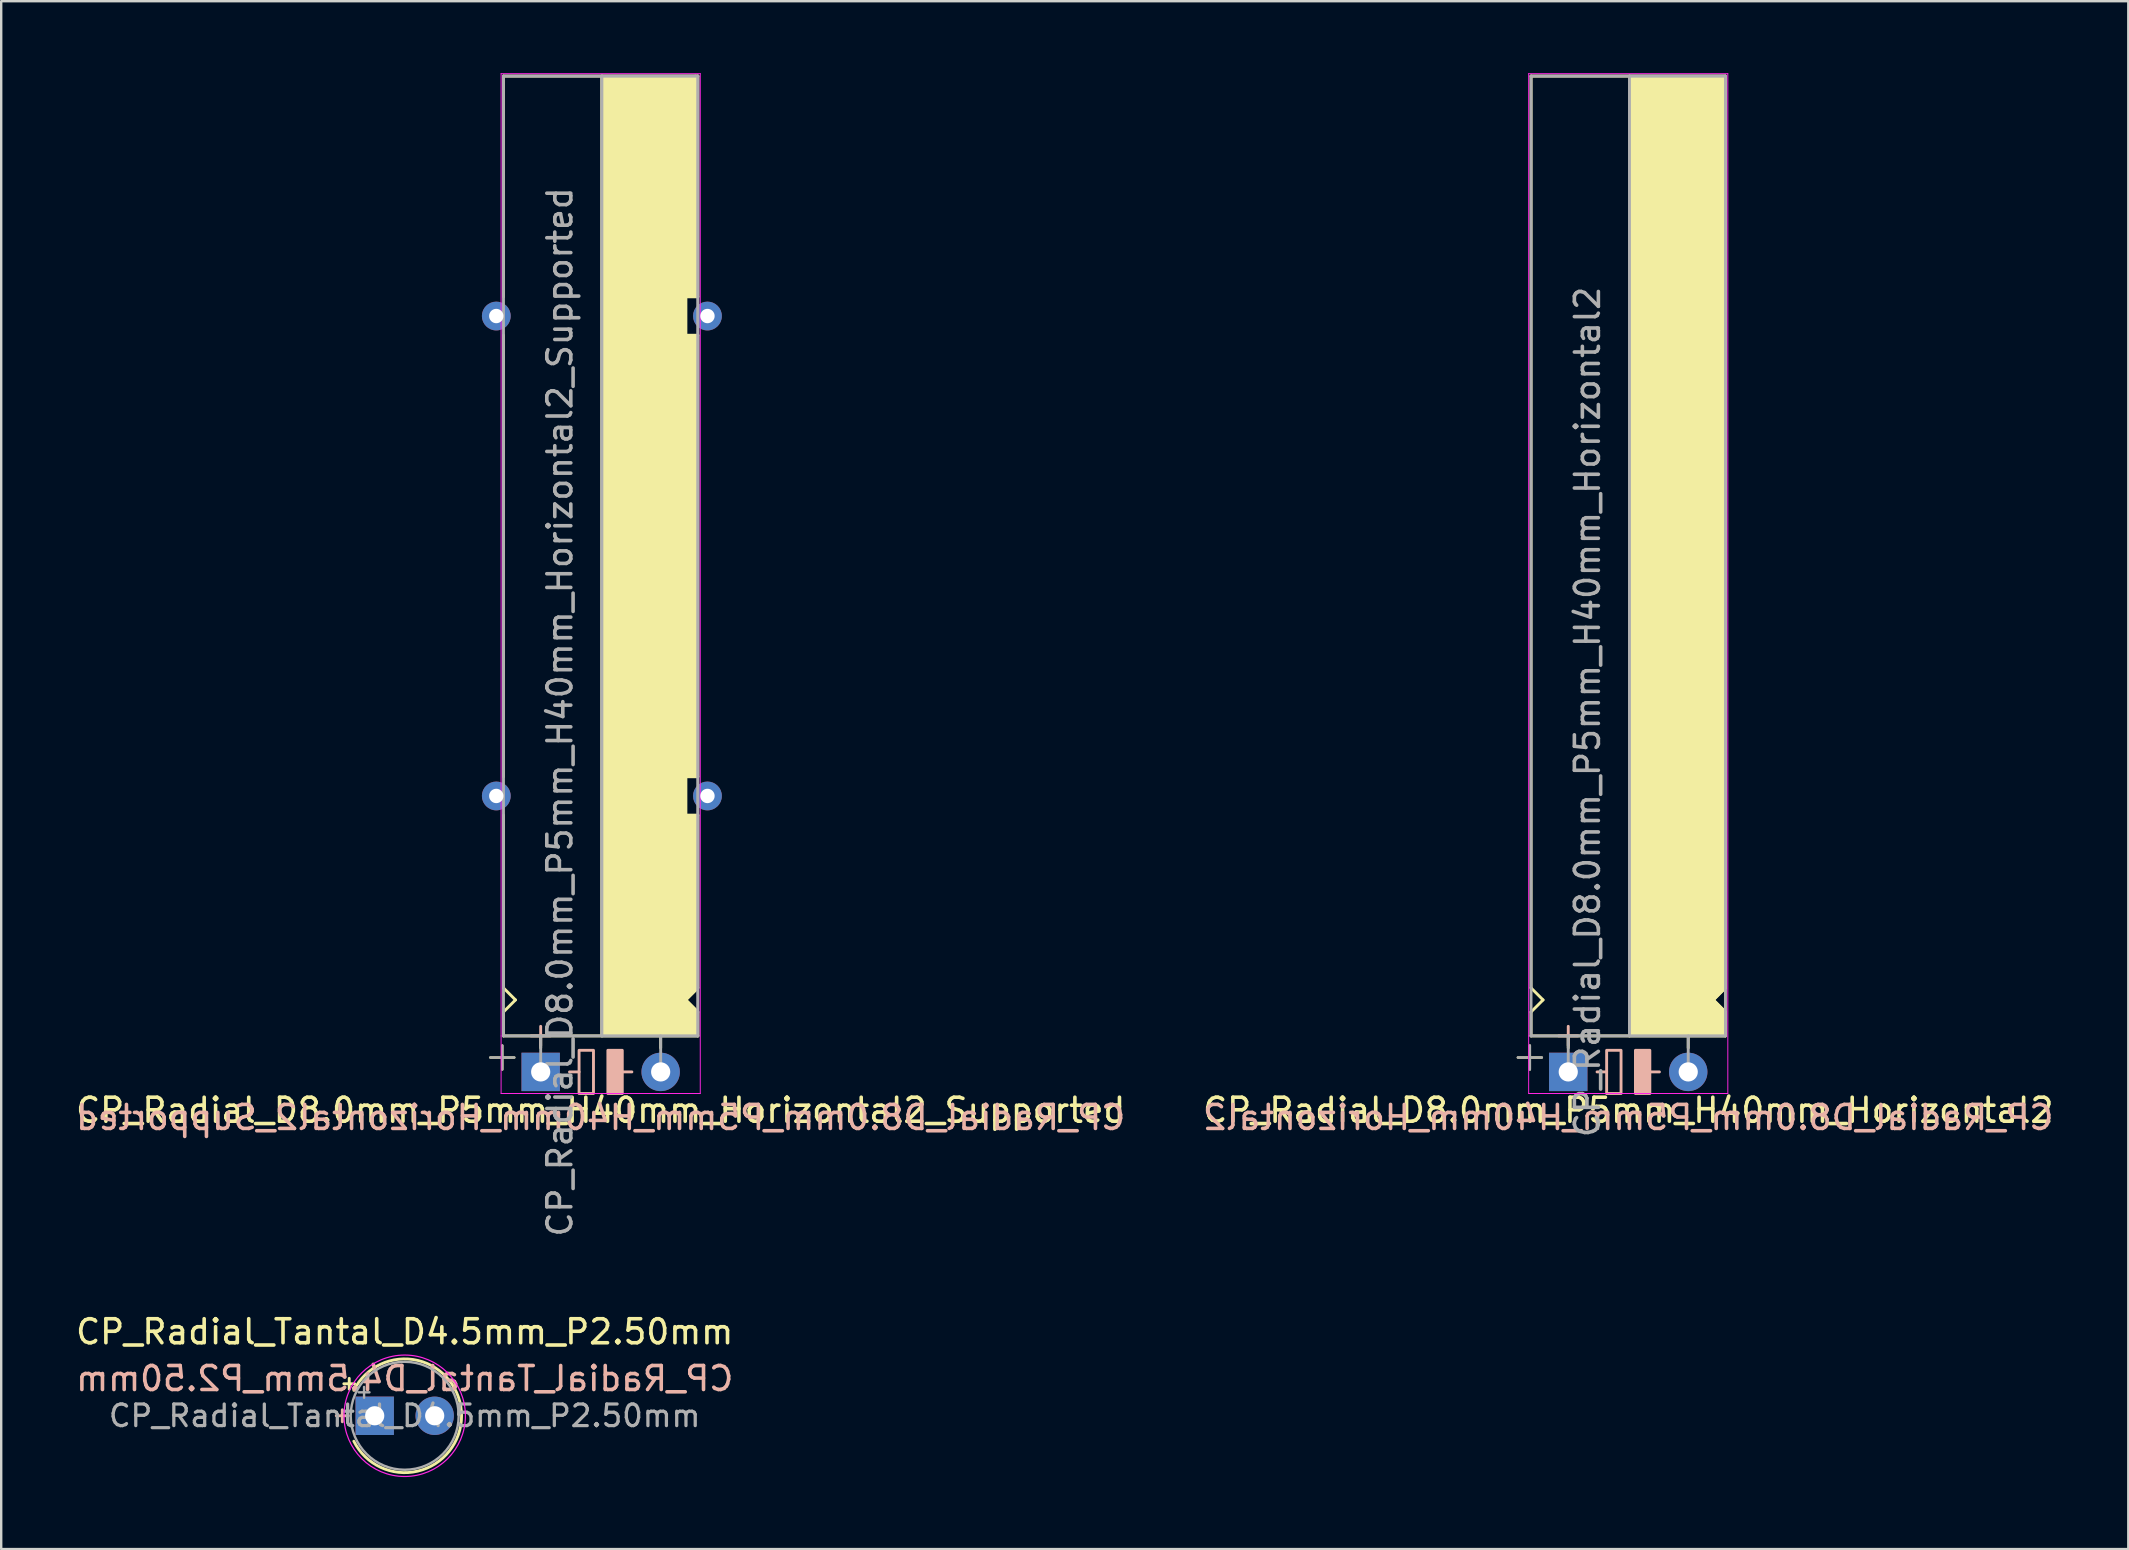
<source format=kicad_pcb>
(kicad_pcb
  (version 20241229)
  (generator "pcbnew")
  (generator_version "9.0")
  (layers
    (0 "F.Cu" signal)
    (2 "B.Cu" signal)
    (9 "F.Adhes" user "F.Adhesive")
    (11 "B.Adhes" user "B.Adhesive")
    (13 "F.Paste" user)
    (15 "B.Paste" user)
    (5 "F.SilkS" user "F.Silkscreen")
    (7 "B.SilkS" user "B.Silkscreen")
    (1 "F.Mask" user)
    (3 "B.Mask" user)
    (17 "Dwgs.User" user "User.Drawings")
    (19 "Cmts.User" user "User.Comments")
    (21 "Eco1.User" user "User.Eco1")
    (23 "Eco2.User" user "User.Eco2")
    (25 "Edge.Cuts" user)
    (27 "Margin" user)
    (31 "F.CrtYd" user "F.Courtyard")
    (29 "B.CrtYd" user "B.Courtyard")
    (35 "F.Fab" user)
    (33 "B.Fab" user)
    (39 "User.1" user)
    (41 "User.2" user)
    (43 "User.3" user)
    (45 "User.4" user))
  (footprint "CP_Radial_D8.0mm_P5mm_H40mm_Horizontal2_Supported"
    (layer "F.Cu")
    (at 20.282 41.62)
    (property "Reference" "CP_Radial_D8.0mm_P5mm_H40mm_Horizontal2_Supported" (at 1.7 1.6 0) (layer "F.SilkS") (effects (font (size 1 1) (thickness 0.15))))
    (fp_line (start -2.9 -0.6) (end -1.9 -0.6) (stroke (width 0.1) (type solid)) (layer "F.SilkS"))
    (fp_line (start -2.4 -0.1) (end -2.4 -1.1) (stroke (width 0.1) (type solid)) (layer "F.SilkS"))
    (fp_line (start -2.35 -41.5) (end 5.65 -41.5) (stroke (width 0.12) (type solid)) (layer "F.SilkS"))
    (fp_line (start -2.35 -32.3) (end -2.35 -41.5) (stroke (width 0.12) (type solid)) (layer "F.SilkS"))
    (fp_line (start -2.35 -12.3) (end -2.35 -30.7) (stroke (width 0.12) (type solid)) (layer "F.SilkS"))
    (fp_line (start -2.35 -10.7) (end -2.35 -3.5) (stroke (width 0.12) (type solid)) (layer "F.SilkS"))
    (fp_line (start -2.35 -2.5) (end -1.85 -3) (stroke (width 0.12) (type solid)) (layer "F.SilkS"))
    (fp_line (start -2.35 -1.5) (end -2.35 -2.5) (stroke (width 0.12) (type solid)) (layer "F.SilkS"))
    (fp_line (start -2.35 -1.5) (end 5.75 -1.5) (stroke (width 0.12) (type solid)) (layer "F.SilkS"))
    (fp_line (start -1.85 -3) (end -2.35 -3.5) (stroke (width 0.12) (type solid)) (layer "F.SilkS"))
    (fp_line (start -0.8 -1) (end -0.8 -1.5) (stroke (width 0.12) (type solid)) (layer "F.SilkS"))
    (fp_line (start 1.75 -41.5) (end 1.75 -1.5) (stroke (width 0.12) (type solid)) (layer "F.SilkS"))
    (fp_line (start 4.2 -1) (end 4.2 -1.5) (stroke (width 0.12) (type solid)) (layer "F.SilkS"))
    (fp_line (start 5.25 -32.3) (end 5.75 -32.3) (stroke (width 0.12) (type solid)) (layer "F.SilkS"))
    (fp_line (start 5.25 -30.7) (end 5.25 -32.3) (stroke (width 0.12) (type solid)) (layer "F.SilkS"))
    (fp_line (start 5.25 -12.3) (end 5.75 -12.3) (stroke (width 0.12) (type solid)) (layer "F.SilkS"))
    (fp_line (start 5.25 -10.7) (end 5.25 -12.3) (stroke (width 0.12) (type solid)) (layer "F.SilkS"))
    (fp_line (start 5.25 -3) (end 5.75 -2.5) (stroke (width 0.12) (type solid)) (layer "F.SilkS"))
    (fp_line (start 5.75 -41.5) (end 5.65 -41.5) (stroke (width 0.12) (type solid)) (layer "F.SilkS"))
    (fp_line (start 5.75 -32.3) (end 5.75 -41.5) (stroke (width 0.12) (type solid)) (layer "F.SilkS"))
    (fp_line (start 5.75 -30.7) (end 5.25 -30.7) (stroke (width 0.12) (type solid)) (layer "F.SilkS"))
    (fp_line (start 5.75 -12.3) (end 5.75 -30.7) (stroke (width 0.12) (type solid)) (layer "F.SilkS"))
    (fp_line (start 5.75 -10.7) (end 5.25 -10.7) (stroke (width 0.12) (type solid)) (layer "F.SilkS"))
    (fp_line (start 5.75 -10.7) (end 5.75 -3.5) (stroke (width 0.12) (type solid)) (layer "F.SilkS"))
    (fp_line (start 5.75 -3.5) (end 5.25 -3) (stroke (width 0.12) (type solid)) (layer "F.SilkS"))
    (fp_line (start 5.75 -2.5) (end 5.75 -1.5) (stroke (width 0.12) (type solid)) (layer "F.SilkS"))
    (fp_poly (pts (xy 5.75 -2.5) (xy 5.25 -3) (xy 5.75 -3.5) (xy 5.75 -10.7) (xy 5.25 -10.7) (xy 5.25 -12.3) (xy 5.75 -12.3) (xy 5.75 -30.7) (xy 5.25 -30.7) (xy 5.25 -32.3) (xy 5.75 -32.3) (xy 5.75 -41.5) (xy 1.75 -41.5) (xy 1.75 -1.5) (xy 5.75 -1.5)) (stroke (width 0.1) (type solid)) (fill yes) (layer "F.SilkS"))
    (fp_line (start -0.8 -1.9) (end -0.8 -1.1) (stroke (width 0.12) (type solid)) (layer "B.SilkS"))
    (fp_line (start -0.4 -1.5) (end -1.2 -1.5) (stroke (width 0.12) (type solid)) (layer "B.SilkS"))
    (fp_line (start 0.8 0) (end 0.4 0) (stroke (width 0.12) (type solid)) (layer "B.SilkS"))
    (fp_line (start 3 0) (end 2.6 0) (stroke (width 0.12) (type solid)) (layer "B.SilkS"))
    (fp_rect (start 1.4 -0.9) (end 0.8 0.9) (stroke (width 0.12) (type solid)) (fill no) (layer "B.SilkS"))
    (fp_rect (start 2.6 -0.9) (end 2 0.9) (stroke (width 0.12) (type solid)) (fill yes) (layer "B.SilkS"))
    (fp_line (start -2.45 -41.6) (end -2.45 -1.5) (stroke (width 0.04) (type solid)) (layer "F.CrtYd"))
    (fp_line (start -2.45 -1.5) (end -2.45 0.9) (stroke (width 0.04) (type solid)) (layer "F.CrtYd"))
    (fp_line (start -2.45 0.9) (end 5.85 0.9) (stroke (width 0.04) (type solid)) (layer "F.CrtYd"))
    (fp_line (start 5.85 -41.6) (end -2.45 -41.6) (stroke (width 0.04) (type solid)) (layer "F.CrtYd"))
    (fp_line (start 5.85 0.9) (end 5.85 -41.6) (stroke (width 0.04) (type solid)) (layer "F.CrtYd"))
    (fp_line (start -2.9 -0.6) (end -1.9 -0.6) (stroke (width 0.1) (type solid)) (layer "F.Fab"))
    (fp_line (start -2.4 -0.1) (end -2.4 -1.1) (stroke (width 0.1) (type solid)) (layer "F.Fab"))
    (fp_line (start -2.35 -41.5) (end -2.35 -1.5) (stroke (width 0.12) (type solid)) (layer "F.Fab"))
    (fp_line (start -2.35 -1.5) (end 5.75 -1.5) (stroke (width 0.12) (type solid)) (layer "F.Fab"))
    (fp_line (start -0.8 -1.5) (end -0.8 0) (stroke (width 0.12) (type solid)) (layer "F.Fab"))
    (fp_line (start 1.75 -1.5) (end 1.75 -41.5) (stroke (width 0.12) (type solid)) (layer "F.Fab"))
    (fp_line (start 4.2 -1.5) (end 4.2 0) (stroke (width 0.12) (type solid)) (layer "F.Fab"))
    (fp_line (start 5.75 -41.5) (end -2.35 -41.5) (stroke (width 0.12) (type solid)) (layer "F.Fab"))
    (fp_line (start 5.75 -1.5) (end 5.75 -41.5) (stroke (width 0.12) (type solid)) (layer "F.Fab"))
    (fp_poly (pts (xy 5.75 -41.5) (xy 1.75 -41.5) (xy 1.75 -1.5) (xy 5.75 -1.5)) (stroke (width 0.1) (type solid)) (fill no) (layer "F.Fab"))
    (fp_text user "${REFERENCE}" (at 1.7 1.9 0) (layer "B.SilkS") (effects (font (size 1 1) (thickness 0.15)) (justify mirror)))
    (fp_text user "${REFERENCE}" (at 0 -15 90) (layer "F.Fab") (effects (font (size 1 1) (thickness 0.15))))
    (pad "1" thru_hole rect (at -0.8 0) (size 1.6 1.6) (drill 0.8) (layers "*.Cu" "*.Mask"))
    (pad "2" thru_hole circle (at 4.2 0) (size 1.6 1.6) (drill 0.8) (layers "*.Cu" "*.Mask"))
    (pad "~" thru_hole circle (at -2.65 -31.5 180) (size 1.2 1.2) (drill 0.6) (layers "*.Cu" "*.Mask"))
    (pad "~" thru_hole circle (at -2.65 -11.5 180) (size 1.2 1.2) (drill 0.6) (layers "*.Cu" "*.Mask"))
    (pad "~" thru_hole circle (at 6.15 -31.5 180) (size 1.2 1.2) (drill 0.6) (layers "*.Cu" "*.Mask"))
    (pad "~" thru_hole circle (at 6.15 -11.5 180) (size 1.2 1.2) (drill 0.6) (layers "*.Cu" "*.Mask")))
  (footprint "CP_Radial_Tantal_D4.5mm_P2.50mm"
    (layer "F.Cu")
    (at 12.565 55.95)
    (property "Reference" "CP_Radial_Tantal_D4.5mm_P2.50mm" (at 1.25 -3.5 0) (layer "F.SilkS") (effects (font (size 1 1) (thickness 0.15))))
    (fp_line (start -1.287 -1.335) (end -0.837 -1.335) (stroke (width 0.12) (type solid)) (layer "F.SilkS"))
    (fp_line (start -1.062 -1.56) (end -1.062 -1.11) (stroke (width 0.12) (type solid)) (layer "F.SilkS"))
    (fp_arc (start -0.869741 -1.06) (mid 3.62 0) (end -0.869741 1.06) (stroke (width 0.12) (type solid)) (layer "F.SilkS"))
    (fp_line (start -1.35 -0.25) (end -1.35 0.25) (stroke (width 0.12) (type solid)) (layer "B.SilkS"))
    (fp_line (start -1.1 0) (end -1.6 0) (stroke (width 0.12) (type solid)) (layer "B.SilkS"))
    (fp_circle (center 1.25 0) (end 3.78 0) (stroke (width 0.05) (type solid)) (fill no) (layer "F.CrtYd"))
    (fp_line (start -0.668 -0.978) (end -0.218 -0.978) (stroke (width 0.1) (type solid)) (layer "F.Fab"))
    (fp_line (start -0.443 -1.202) (end -0.443 -0.752) (stroke (width 0.1) (type solid)) (layer "F.Fab"))
    (fp_circle (center 1.25 0) (end 3.5 0) (stroke (width 0.1) (type solid)) (fill no) (layer "F.Fab"))
    (fp_text user "${REFERENCE}" (at 1.25 -1.55 0) (layer "B.SilkS") (effects (font (size 1 1) (thickness 0.15)) (justify mirror)))
    (fp_text user "${REFERENCE}" (at 1.25 0 0) (layer "F.Fab") (effects (font (size 0.9 0.9) (thickness 0.135))))
    (pad "1" thru_hole rect (at 0 0) (size 1.6 1.6) (drill 0.8) (layers "*.Cu" "*.Mask"))
    (pad "2" thru_hole circle (at 2.5 0) (size 1.6 1.6) (drill 0.8) (layers "*.Cu" "*.Mask")))
  (footprint "CP_Radial_D8.0mm_P5mm_H40mm_Horizontal2"
    (layer "F.Cu")
    (at 63.104 41.62)
    (property "Reference" "CP_Radial_D8.0mm_P5mm_H40mm_Horizontal2" (at 1.7 1.6 0) (layer "F.SilkS") (effects (font (size 1 1) (thickness 0.15))))
    (fp_line (start -2.9 -0.6) (end -1.9 -0.6) (stroke (width 0.1) (type solid)) (layer "F.SilkS"))
    (fp_line (start -2.4 -0.1) (end -2.4 -1.1) (stroke (width 0.1) (type solid)) (layer "F.SilkS"))
    (fp_line (start -2.35 -41.5) (end 5.75 -41.5) (stroke (width 0.12) (type solid)) (layer "F.SilkS"))
    (fp_line (start -2.35 -3.5) (end -2.35 -41.5) (stroke (width 0.12) (type solid)) (layer "F.SilkS"))
    (fp_line (start -2.35 -3.5) (end -1.85 -3) (stroke (width 0.12) (type solid)) (layer "F.SilkS"))
    (fp_line (start -2.35 -2.5) (end -2.35 -1.5) (stroke (width 0.12) (type solid)) (layer "F.SilkS"))
    (fp_line (start -2.35 -1.5) (end 5.75 -1.5) (stroke (width 0.12) (type solid)) (layer "F.SilkS"))
    (fp_line (start -1.85 -3) (end -2.35 -2.5) (stroke (width 0.12) (type solid)) (layer "F.SilkS"))
    (fp_line (start -0.8 -1) (end -0.8 -1.5) (stroke (width 0.12) (type solid)) (layer "F.SilkS"))
    (fp_line (start 1.75 -41.5) (end 1.75 -1.5) (stroke (width 0.12) (type solid)) (layer "F.SilkS"))
    (fp_line (start 4.2 -1) (end 4.2 -1.5) (stroke (width 0.12) (type solid)) (layer "F.SilkS"))
    (fp_line (start 5.25 -3) (end 5.75 -2.5) (stroke (width 0.12) (type solid)) (layer "F.SilkS"))
    (fp_line (start 5.75 -21.5) (end 5.65 -21.5) (stroke (width 0.12) (type solid)) (layer "F.SilkS"))
    (fp_line (start 5.75 -3.5) (end 5.25 -3) (stroke (width 0.12) (type solid)) (layer "F.SilkS"))
    (fp_line (start 5.75 -3.5) (end 5.75 -41.5) (stroke (width 0.12) (type solid)) (layer "F.SilkS"))
    (fp_line (start 5.75 -2.5) (end 5.75 -1.5) (stroke (width 0.12) (type solid)) (layer "F.SilkS"))
    (fp_poly (pts (xy 5.75 -2.5) (xy 5.25 -3) (xy 5.75 -3.5) (xy 5.75 -41.5) (xy 1.75 -41.5) (xy 1.75 -1.5) (xy 5.75 -1.5)) (stroke (width 0.1) (type solid)) (fill yes) (layer "F.SilkS"))
    (fp_line (start -0.8 -1.9) (end -0.8 -1.1) (stroke (width 0.12) (type solid)) (layer "B.SilkS"))
    (fp_line (start -0.4 -1.5) (end -1.2 -1.5) (stroke (width 0.12) (type solid)) (layer "B.SilkS"))
    (fp_line (start 0.8 0) (end 0.4 0) (stroke (width 0.12) (type solid)) (layer "B.SilkS"))
    (fp_line (start 3 0) (end 2.6 0) (stroke (width 0.12) (type solid)) (layer "B.SilkS"))
    (fp_rect (start 1.4 -0.9) (end 0.8 0.9) (stroke (width 0.12) (type solid)) (fill no) (layer "B.SilkS"))
    (fp_rect (start 2.6 -0.9) (end 2 0.9) (stroke (width 0.12) (type solid)) (fill yes) (layer "B.SilkS"))
    (fp_line (start -2.45 -41.6) (end -2.45 -1.5) (stroke (width 0.04) (type solid)) (layer "F.CrtYd"))
    (fp_line (start -2.45 -1.5) (end -2.45 0.9) (stroke (width 0.04) (type solid)) (layer "F.CrtYd"))
    (fp_line (start -2.45 0.9) (end 5.85 0.9) (stroke (width 0.04) (type solid)) (layer "F.CrtYd"))
    (fp_line (start 5.85 -41.6) (end -2.45 -41.6) (stroke (width 0.04) (type solid)) (layer "F.CrtYd"))
    (fp_line (start 5.85 0.9) (end 5.85 -41.6) (stroke (width 0.04) (type solid)) (layer "F.CrtYd"))
    (fp_line (start -2.9 -0.6) (end -1.9 -0.6) (stroke (width 0.1) (type solid)) (layer "F.Fab"))
    (fp_line (start -2.4 -0.1) (end -2.4 -1.1) (stroke (width 0.1) (type solid)) (layer "F.Fab"))
    (fp_line (start -2.35 -41.5) (end -2.35 -1.5) (stroke (width 0.12) (type solid)) (layer "F.Fab"))
    (fp_line (start -2.35 -1.5) (end 5.75 -1.5) (stroke (width 0.12) (type solid)) (layer "F.Fab"))
    (fp_line (start -0.8 -1.5) (end -0.8 0) (stroke (width 0.12) (type solid)) (layer "F.Fab"))
    (fp_line (start 1.75 -1.5) (end 1.75 -41.5) (stroke (width 0.12) (type solid)) (layer "F.Fab"))
    (fp_line (start 4.2 -1.5) (end 4.2 0) (stroke (width 0.12) (type solid)) (layer "F.Fab"))
    (fp_line (start 5.75 -41.5) (end -2.35 -41.5) (stroke (width 0.12) (type solid)) (layer "F.Fab"))
    (fp_line (start 5.75 -1.5) (end 5.75 -41.5) (stroke (width 0.12) (type solid)) (layer "F.Fab"))
    (fp_poly (pts (xy 5.75 -41.5) (xy 1.75 -41.5) (xy 1.75 -1.5) (xy 5.75 -1.5)) (stroke (width 0.1) (type solid)) (fill no) (layer "F.Fab"))
    (fp_text user "${REFERENCE}" (at 1.7 1.9 0) (layer "B.SilkS") (effects (font (size 1 1) (thickness 0.15)) (justify mirror)))
    (fp_text user "${REFERENCE}" (at 0 -15 90) (layer "F.Fab") (effects (font (size 1 1) (thickness 0.15))))
    (pad "1" thru_hole rect (at -0.8 0) (size 1.6 1.6) (drill 0.8) (layers "*.Cu" "*.Mask"))
    (pad "2" thru_hole circle (at 4.2 0) (size 1.6 1.6) (drill 0.8) (layers "*.Cu" "*.Mask")))
  (gr_rect
    (start -3 -3)
    (end 85.643 61.505)
    (stroke (width 0.1) (type default))
    (fill no)
    (layer "Edge.Cuts")))
</source>
